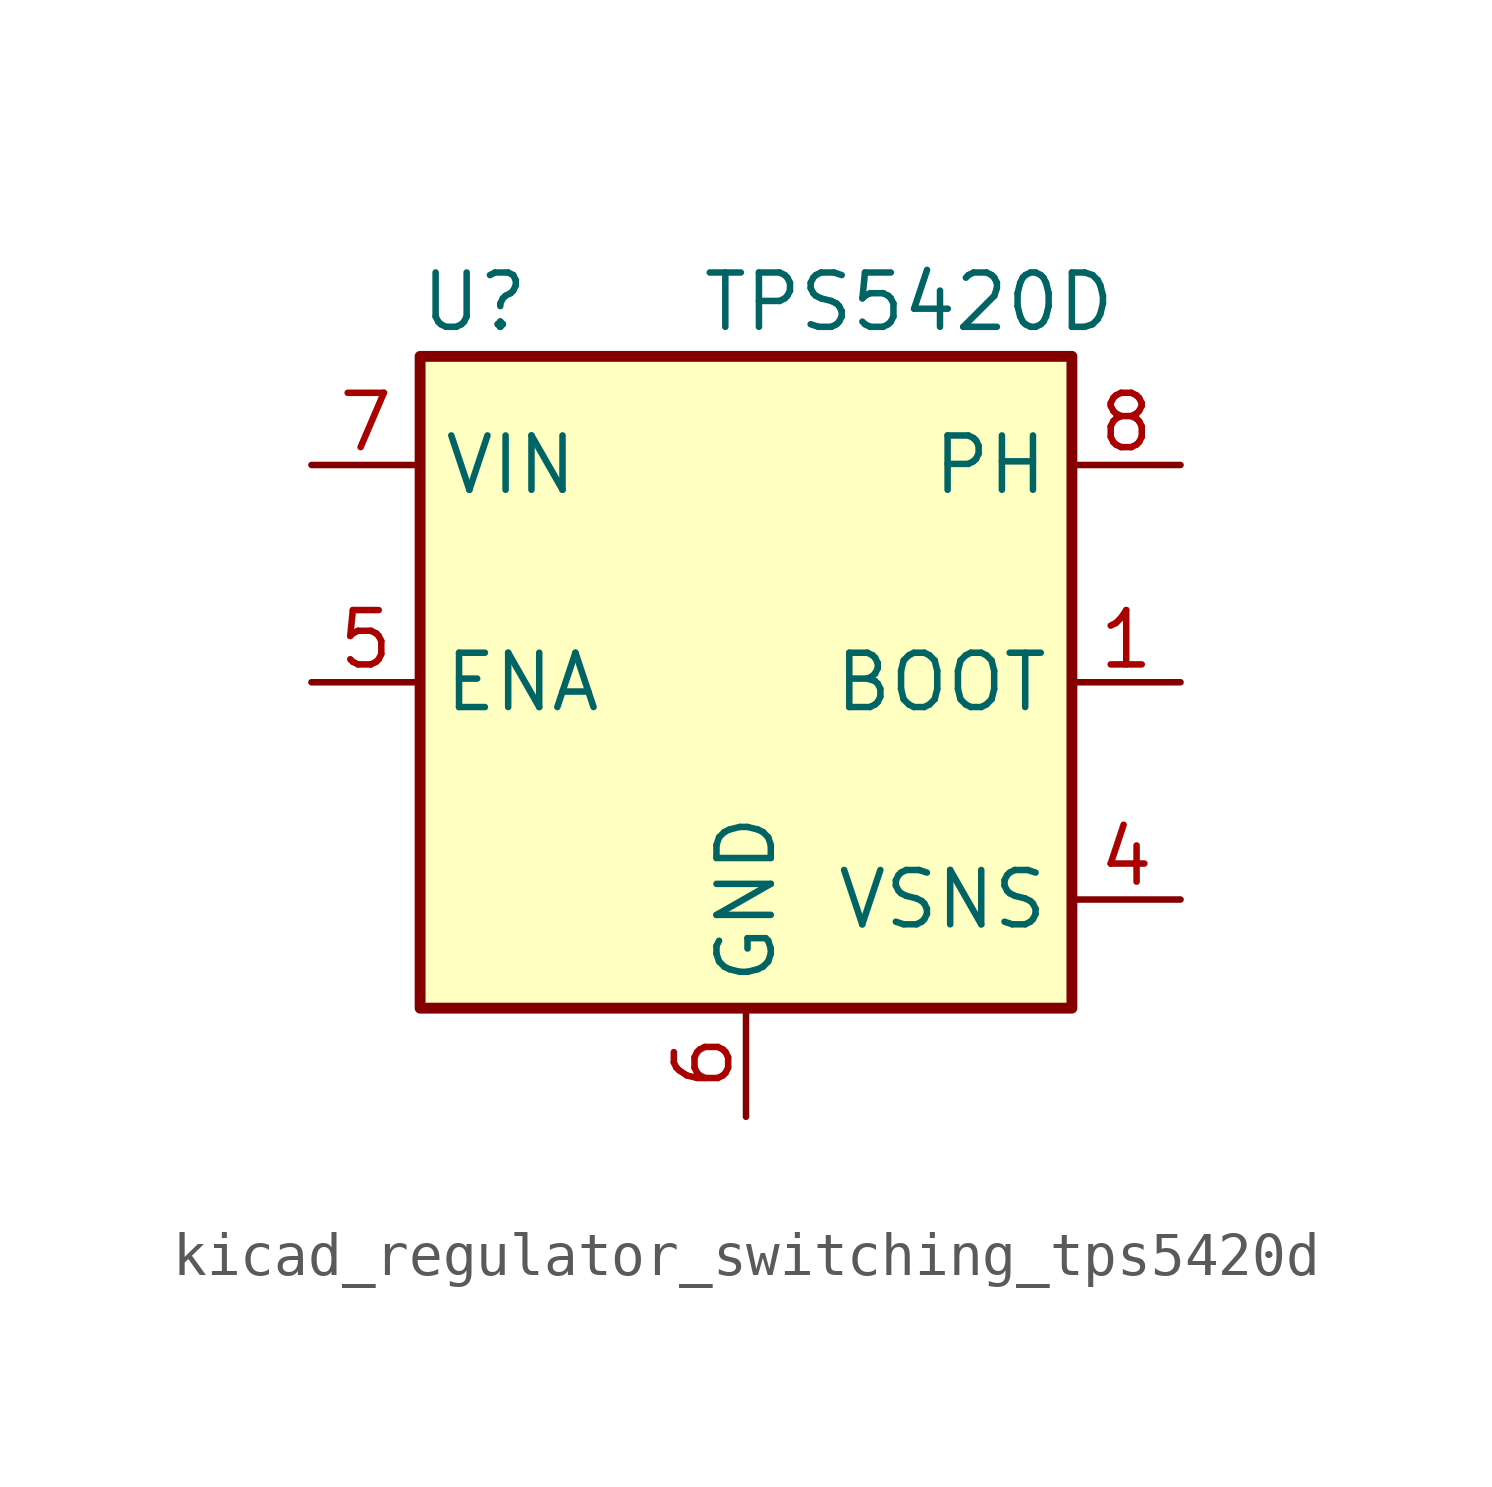
<source format=kicad_sym>
(kicad_symbol_lib
  (version 20220914)
  (generator kicad_symbol_editor)
  (symbol "kicad_regulator_switching_tps5420d"
    (property "Reference" "U"
      (at -6.35 8.89 0)
      (effects (font (size 1.27 1.27))))
    (property "Value" "TPS5420D"
      (at 3.81 8.89 0)
      (effects (font (size 1.27 1.27))))
    (symbol "kicad_regulator_switching_tps5420d_0_1"
      (rectangle (start -7.62 7.62) (end 7.62 -7.62) (stroke (width 0.254) (type default)) (fill (type background))))
    (symbol "kicad_regulator_switching_tps5420d_1_1"
      (pin input line (at 10.16 0 180) (length 2.54) (name "BOOT" (effects (font (size 1.27 1.27)))) (number "1" (effects (font (size 1.27 1.27)))))
      (pin no_connect line (at -7.62 -2.54 0) (length 2.54) hide (name "NC" (effects (font (size 1.27 1.27)))) (number "2" (effects (font (size 1.27 1.27)))))
      (pin no_connect line (at -7.62 -5.08 0) (length 2.54) hide (name "NC" (effects (font (size 1.27 1.27)))) (number "3" (effects (font (size 1.27 1.27)))))
      (pin input line (at 10.16 -5.08 180) (length 2.54) (name "VSNS" (effects (font (size 1.27 1.27)))) (number "4" (effects (font (size 1.27 1.27)))))
      (pin input line (at -10.16 0 0) (length 2.54) (name "ENA" (effects (font (size 1.27 1.27)))) (number "5" (effects (font (size 1.27 1.27)))))
      (pin power_in line (at 0 -10.16 90) (length 2.54) (name "GND" (effects (font (size 1.27 1.27)))) (number "6" (effects (font (size 1.27 1.27)))))
      (pin power_in line (at -10.16 5.08 0) (length 2.54) (name "VIN" (effects (font (size 1.27 1.27)))) (number "7" (effects (font (size 1.27 1.27)))))
      (pin power_out line (at 10.16 5.08 180) (length 2.54) (name "PH" (effects (font (size 1.27 1.27)))) (number "8" (effects (font (size 1.27 1.27))))))))
</source>
